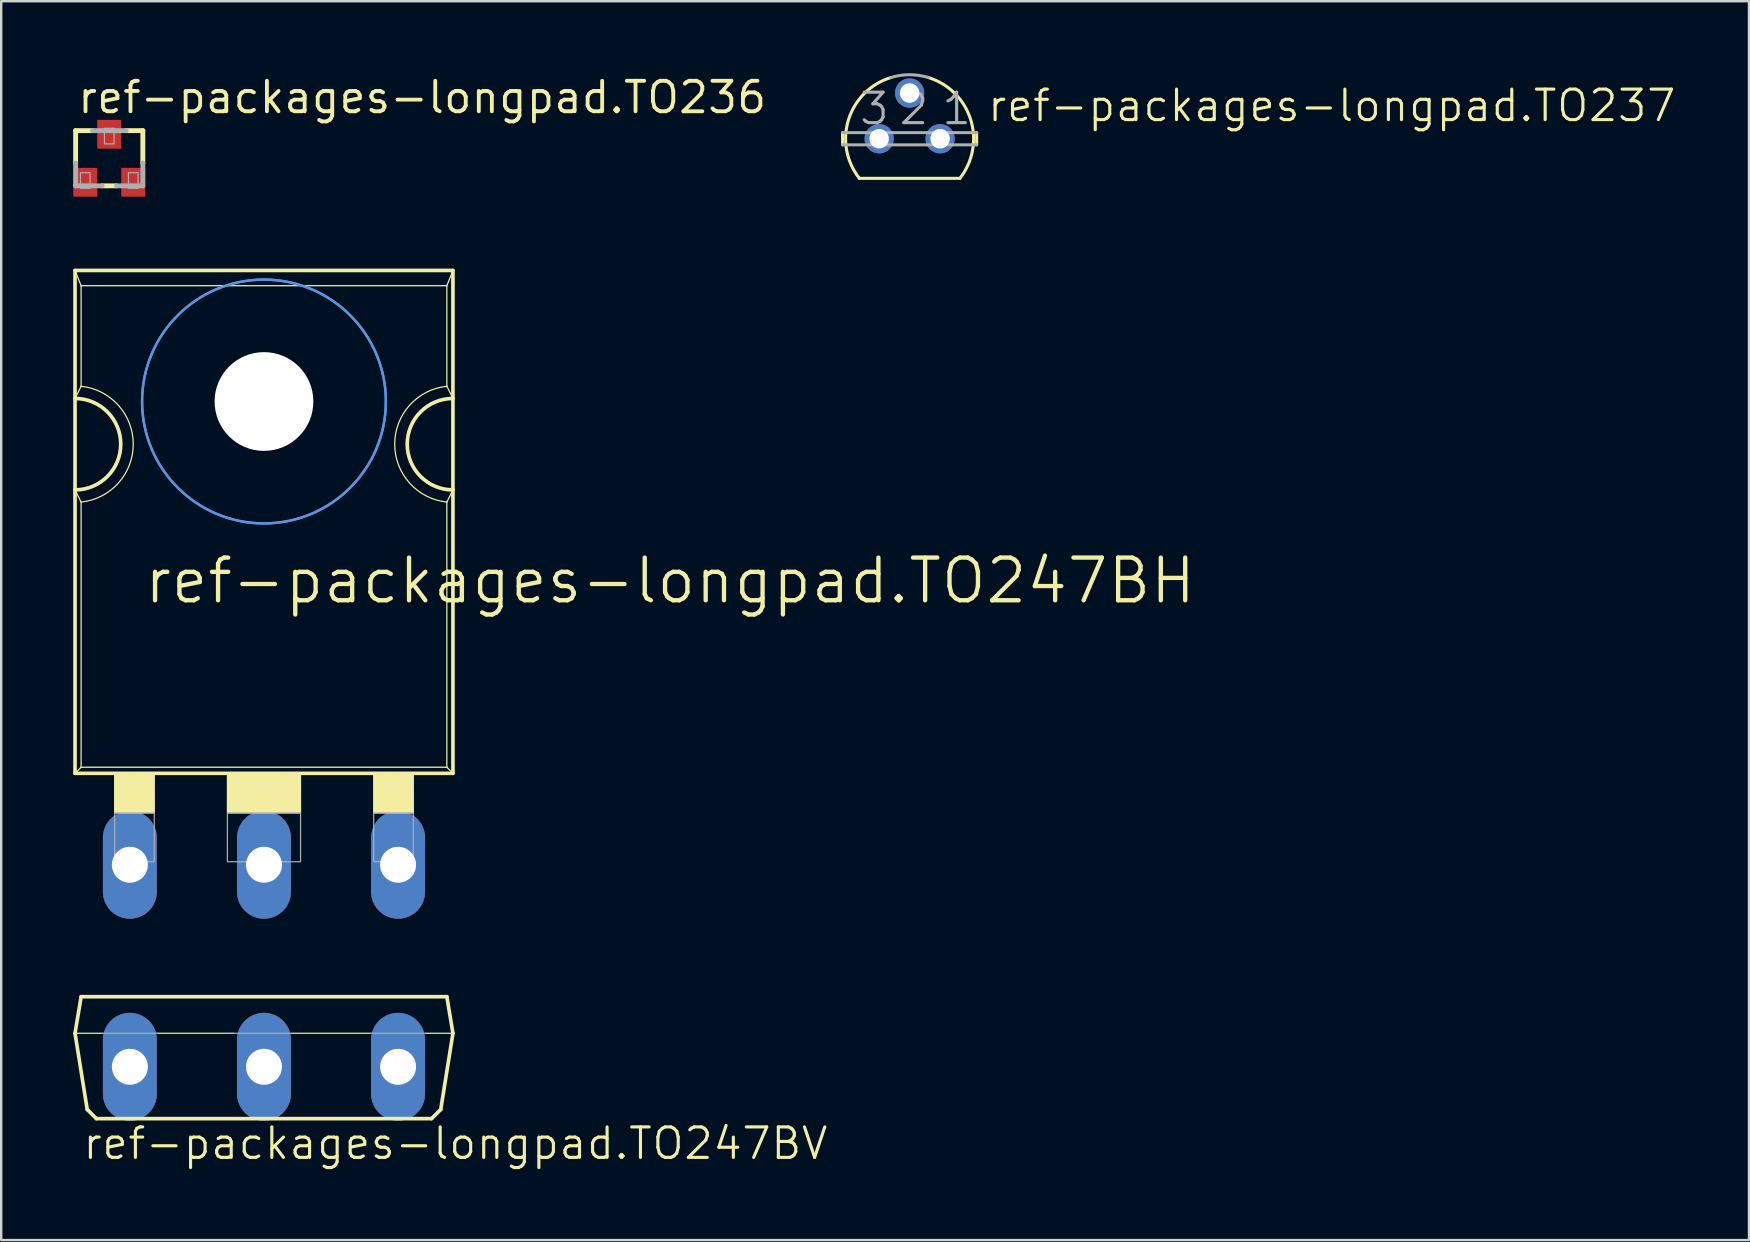
<source format=kicad_pcb>
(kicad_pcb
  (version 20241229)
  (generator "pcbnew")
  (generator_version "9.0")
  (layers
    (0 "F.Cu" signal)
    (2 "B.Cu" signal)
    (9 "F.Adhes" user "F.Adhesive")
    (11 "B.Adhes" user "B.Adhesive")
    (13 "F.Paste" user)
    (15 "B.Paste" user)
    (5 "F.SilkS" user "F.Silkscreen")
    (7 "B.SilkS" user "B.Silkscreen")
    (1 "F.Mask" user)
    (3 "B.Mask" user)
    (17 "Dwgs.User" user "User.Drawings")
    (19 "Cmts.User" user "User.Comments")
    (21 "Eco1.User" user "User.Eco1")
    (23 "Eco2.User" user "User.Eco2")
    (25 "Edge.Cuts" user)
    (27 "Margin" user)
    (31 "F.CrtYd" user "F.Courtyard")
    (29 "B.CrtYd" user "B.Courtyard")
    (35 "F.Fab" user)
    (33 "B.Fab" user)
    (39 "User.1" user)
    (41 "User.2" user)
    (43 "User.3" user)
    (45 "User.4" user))
  (footprint "ref-packages-longpad.TO237"
    (layer "F.Cu")
    (at 34.854 2.731)
    (property "Reference" "ref-packages-longpad.TO237" (at 3.175 -0.635 0) (layer "F.SilkS") (effects (font (size 1.27 1.27) (thickness 0.13)) (justify left bottom)))
    (attr through_hole)
    (fp_line (start -2.794 0.254) (end -2.794 -0.254) (stroke (width 0.127) (type default)) (layer "F.SilkS"))
    (fp_line (start -2.095 1.651) (end 2.095 1.651) (stroke (width 0.127) (type default)) (layer "F.SilkS"))
    (fp_line (start 2.794 -0.254) (end 2.794 0.254) (stroke (width 0.127) (type default)) (layer "F.SilkS"))
    (fp_arc (start -2.0946 1.651) (mid -2.54634 -0.793276) (end -0.7863 -2.5485) (stroke (width 0.127) (type default)) (layer "F.SilkS"))
    (fp_arc (start 0.7863 -2.5484) (mid 2.54627 -0.793201) (end 2.0945 1.651) (stroke (width 0.127) (type default)) (layer "F.SilkS"))
    (fp_line (start -2.794 -0.254) (end 2.794 -0.254) (stroke (width 0.127) (type default)) (layer "F.Fab"))
    (fp_line (start 2.794 0.254) (end -2.794 0.254) (stroke (width 0.127) (type default)) (layer "F.Fab"))
    (fp_arc (start -0.7863 -2.5485) (mid 0 -2.667043) (end 0.7863 -2.5485) (stroke (width 0.127) (type default)) (layer "F.Fab"))
    (fp_text user "2" (at -0.508 -0.508 0) (layer "F.Fab") (effects (font (size 1.27 1.27) (thickness 0.13)) (justify left bottom)))
    (fp_text user "3" (at -2.159 -0.508 0) (layer "F.Fab") (effects (font (size 1.27 1.27) (thickness 0.13)) (justify left bottom)))
    (fp_text user "1" (at 1.27 -0.508 0) (layer "F.Fab") (effects (font (size 1.27 1.27) (thickness 0.13)) (justify left bottom)))
    (pad "1" thru_hole circle (at 1.27 0) (size 1.219 1.219) (drill 0.813) (layers "*.Cu" "*.Mask"))
    (pad "2" thru_hole circle (at 0 -1.905) (size 1.219 1.219) (drill 0.813) (layers "*.Cu" "*.Mask"))
    (pad "3" thru_hole circle (at -1.27 0) (size 1.219 1.219) (drill 0.813) (layers "*.Cu" "*.Mask")))
  (footprint "ref-packages-longpad.TO247BH"
    (layer "F.Cu")
    (at 7.95 22.825)
    (property "Reference" "ref-packages-longpad.TO247BH" (at -5.08 -0.635 0) (layer "F.SilkS") (effects (font (size 1.778 1.778) (thickness 0.18)) (justify left bottom)))
    (attr through_hole)
    (fp_line (start -7.874 -9.271) (end -7.874 -14.605) (stroke (width 0.152) (type default)) (layer "F.SilkS"))
    (fp_line (start -7.874 -5.461) (end -7.874 -9.271) (stroke (width 0.152) (type default)) (layer "F.SilkS"))
    (fp_line (start -7.874 6.35) (end -7.874 -5.461) (stroke (width 0.152) (type default)) (layer "F.SilkS"))
    (fp_line (start -7.874 6.35) (end 7.874 6.35) (stroke (width 0.152) (type default)) (layer "F.SilkS"))
    (fp_line (start -7.62 -13.97) (end -7.874 -14.605) (stroke (width 0.051) (type default)) (layer "F.SilkS"))
    (fp_line (start -7.62 -9.779) (end -7.874 -9.271) (stroke (width 0.051) (type default)) (layer "F.SilkS"))
    (fp_line (start -7.62 -9.779) (end -7.62 -13.97) (stroke (width 0.051) (type default)) (layer "F.SilkS"))
    (fp_line (start -7.62 -4.953) (end -7.874 -5.461) (stroke (width 0.051) (type default)) (layer "F.SilkS"))
    (fp_line (start -7.62 6.096) (end -7.874 6.35) (stroke (width 0.051) (type default)) (layer "F.SilkS"))
    (fp_line (start -7.62 6.096) (end -7.62 -4.953) (stroke (width 0.051) (type default)) (layer "F.SilkS"))
    (fp_line (start -7.62 6.096) (end 7.62 6.096) (stroke (width 0.051) (type default)) (layer "F.SilkS"))
    (fp_line (start 7.62 -13.97) (end -7.62 -13.97) (stroke (width 0.051) (type default)) (layer "F.SilkS"))
    (fp_line (start 7.62 -9.779) (end 7.62 -13.97) (stroke (width 0.051) (type default)) (layer "F.SilkS"))
    (fp_line (start 7.62 6.096) (end 7.62 -4.953) (stroke (width 0.051) (type default)) (layer "F.SilkS"))
    (fp_line (start 7.874 -14.605) (end -7.874 -14.605) (stroke (width 0.152) (type default)) (layer "F.SilkS"))
    (fp_line (start 7.874 -14.605) (end 7.62 -13.97) (stroke (width 0.051) (type default)) (layer "F.SilkS"))
    (fp_line (start 7.874 -14.605) (end 7.874 -9.271) (stroke (width 0.152) (type default)) (layer "F.SilkS"))
    (fp_line (start 7.874 -9.271) (end 7.62 -9.779) (stroke (width 0.051) (type default)) (layer "F.SilkS"))
    (fp_line (start 7.874 -9.271) (end 7.874 -5.461) (stroke (width 0.152) (type default)) (layer "F.SilkS"))
    (fp_line (start 7.874 -5.461) (end 7.62 -4.953) (stroke (width 0.051) (type default)) (layer "F.SilkS"))
    (fp_line (start 7.874 -5.461) (end 7.874 6.35) (stroke (width 0.152) (type default)) (layer "F.SilkS"))
    (fp_line (start 7.874 6.35) (end 7.62 6.096) (stroke (width 0.051) (type default)) (layer "F.SilkS"))
    (fp_rect (start -6.223 8.001) (end -4.572 6.35) (stroke (width 0.05) (type default)) (fill yes) (layer "F.SilkS"))
    (fp_rect (start -1.524 8.001) (end 1.524 6.35) (stroke (width 0.05) (type default)) (fill yes) (layer "F.SilkS"))
    (fp_rect (start 4.572 8.001) (end 6.223 6.35) (stroke (width 0.05) (type default)) (fill yes) (layer "F.SilkS"))
    (fp_arc (start -7.874 -9.271) (mid -5.969 -7.366) (end -7.874 -5.461) (stroke (width 0.1524) (type default)) (layer "F.SilkS"))
    (fp_arc (start -7.62 -9.779) (mid -5.447668 -7.366) (end -7.62 -4.953) (stroke (width 0.0508) (type default)) (layer "F.SilkS"))
    (fp_arc (start 7.62 -4.953) (mid 5.447668 -7.366) (end 7.62 -9.779) (stroke (width 0.0508) (type default)) (layer "F.SilkS"))
    (fp_arc (start 7.874 -5.461) (mid 5.969 -7.366) (end 7.874 -9.271) (stroke (width 0.1524) (type default)) (layer "F.SilkS"))
    (fp_circle (center 0 -9.144) (end 1.905 -9.144) (stroke (width 0.152) (type default)) (fill no) (layer "F.SilkS"))
    (fp_circle (center 0 -9.144) (end 5.08 -9.144) (stroke (width 0.1) (type default)) (fill no) (layer "Cmts.User"))
    (fp_circle (center 0 -9.144) (end 5.08 -9.144) (stroke (width 0.1) (type default)) (fill no) (layer "Cmts.User"))
    (fp_rect (start -6.223 10.033) (end -4.572 8.001) (stroke (width 0.05) (type default)) (fill no) (layer "F.Fab"))
    (fp_rect (start -6.223 10.541) (end -4.953 10.033) (stroke (width 0.05) (type default)) (fill no) (layer "F.Fab"))
    (fp_rect (start -1.524 10.033) (end 1.524 8.001) (stroke (width 0.05) (type default)) (fill no) (layer "F.Fab"))
    (fp_rect (start -0.635 10.541) (end 0.635 10.033) (stroke (width 0.05) (type default)) (fill no) (layer "F.Fab"))
    (fp_rect (start 4.572 10.033) (end 6.223 8.001) (stroke (width 0.05) (type default)) (fill no) (layer "F.Fab"))
    (fp_rect (start 4.953 10.541) (end 6.223 10.033) (stroke (width 0.05) (type default)) (fill no) (layer "F.Fab"))
    (pad "" np_thru_hole circle (at 0 -9.144) (size 4.115 4.115) (drill 4.115) (layers "*.Cu" "*.Mask"))
    (pad "D" thru_hole oval (at 0 10.16 90) (size 4.496 2.248) (drill 1.499) (layers "*.Cu" "*.Mask"))
    (pad "G" thru_hole oval (at -5.588 10.16 90) (size 4.496 2.248) (drill 1.499) (layers "*.Cu" "*.Mask"))
    (pad "S" thru_hole oval (at 5.588 10.16 90) (size 4.496 2.248) (drill 1.499) (layers "*.Cu" "*.Mask")))
  (footprint "ref-packages-longpad.TO247BV"
    (layer "F.Cu")
    (at 7.95 38.483)
    (property "Reference" "ref-packages-longpad.TO247BV" (at -7.62 6.858 0) (layer "F.SilkS") (effects (font (size 1.27 1.27) (thickness 0.13)) (justify left bottom)))
    (attr through_hole)
    (fp_line (start -7.874 1.524) (end -6.731 1.524) (stroke (width 0.051) (type default)) (layer "F.SilkS"))
    (fp_line (start -7.62 0) (end -7.874 1.524) (stroke (width 0.152) (type default)) (layer "F.SilkS"))
    (fp_line (start -7.366 4.699) (end -7.874 1.524) (stroke (width 0.152) (type default)) (layer "F.SilkS"))
    (fp_line (start -6.985 5.08) (end -7.366 4.699) (stroke (width 0.152) (type default)) (layer "F.SilkS"))
    (fp_line (start -6.985 5.08) (end 6.985 5.08) (stroke (width 0.152) (type default)) (layer "F.SilkS"))
    (fp_line (start -4.445 1.524) (end -1.27 1.524) (stroke (width 0.051) (type default)) (layer "F.SilkS"))
    (fp_line (start 1.143 1.524) (end 4.445 1.524) (stroke (width 0.051) (type default)) (layer "F.SilkS"))
    (fp_line (start 6.731 1.524) (end 7.874 1.524) (stroke (width 0.051) (type default)) (layer "F.SilkS"))
    (fp_line (start 6.985 5.08) (end 7.366 4.699) (stroke (width 0.152) (type default)) (layer "F.SilkS"))
    (fp_line (start 7.366 4.699) (end 7.874 1.524) (stroke (width 0.152) (type default)) (layer "F.SilkS"))
    (fp_line (start 7.62 0) (end -7.62 0) (stroke (width 0.152) (type default)) (layer "F.SilkS"))
    (fp_line (start 7.874 1.524) (end 7.62 0) (stroke (width 0.152) (type default)) (layer "F.SilkS"))
    (fp_line (start -6.731 1.524) (end -4.445 1.524) (stroke (width 0.051) (type default)) (layer "F.Fab"))
    (fp_line (start -1.27 1.524) (end 1.143 1.524) (stroke (width 0.051) (type default)) (layer "F.Fab"))
    (fp_line (start 4.445 1.524) (end 6.731 1.524) (stroke (width 0.051) (type default)) (layer "F.Fab"))
    (pad "D" thru_hole oval (at 0 2.921 90) (size 4.496 2.248) (drill 1.499) (layers "*.Cu" "*.Mask"))
    (pad "G" thru_hole oval (at -5.588 2.921 90) (size 4.496 2.248) (drill 1.499) (layers "*.Cu" "*.Mask"))
    (pad "S" thru_hole oval (at 5.588 2.921 90) (size 4.496 2.248) (drill 1.499) (layers "*.Cu" "*.Mask")))
  (footprint "ref-packages-longpad.TO236"
    (layer "F.Cu")
    (at 1.502 3.544)
    (property "Reference" "ref-packages-longpad.TO236" (at -1.397 -1.794 0) (layer "F.SilkS") (effects (font (size 1.27 1.27) (thickness 0.16)) (justify left bottom)))
    (attr smd)
    (fp_line (start -1.4 -1.15) (end -1.4 0.2) (stroke (width 0.203) (type default)) (layer "F.SilkS"))
    (fp_line (start -1.4 -1.15) (end -0.7 -1.15) (stroke (width 0.203) (type default)) (layer "F.SilkS"))
    (fp_line (start -0.3 1.15) (end 0.3 1.15) (stroke (width 0.203) (type default)) (layer "F.SilkS"))
    (fp_line (start 1.4 -1.15) (end 0.7 -1.15) (stroke (width 0.203) (type default)) (layer "F.SilkS"))
    (fp_line (start 1.4 0.2) (end 1.4 -1.15) (stroke (width 0.203) (type default)) (layer "F.SilkS"))
    (fp_line (start -1.4 0.2) (end -1.4 1.15) (stroke (width 0.203) (type default)) (layer "F.Fab"))
    (fp_line (start -1.4 1.15) (end -0.3 1.15) (stroke (width 0.203) (type default)) (layer "F.Fab"))
    (fp_line (start -0.7 -1.15) (end 0.7 -1.15) (stroke (width 0.203) (type default)) (layer "F.Fab"))
    (fp_line (start 0.3 1.15) (end 1.4 1.15) (stroke (width 0.203) (type default)) (layer "F.Fab"))
    (fp_line (start 1.4 1.15) (end 1.4 0.2) (stroke (width 0.203) (type default)) (layer "F.Fab"))
    (fp_rect (start -1.2 1.25) (end -0.8 0.6) (stroke (width 0.05) (type default)) (fill no) (layer "F.Fab"))
    (fp_rect (start -0.2 -0.6) (end 0.2 -1.25) (stroke (width 0.05) (type default)) (fill no) (layer "F.Fab"))
    (fp_rect (start 0.8 1.25) (end 1.2 0.6) (stroke (width 0.05) (type default)) (fill no) (layer "F.Fab"))
    (pad "A" smd roundrect (at -1 1) (size 1 1.2) (layers "F.Cu" "F.Mask" "F.Paste") (roundrect_rratio 0.01))
    (pad "C" smd roundrect (at 0 -1) (size 1 1.2) (layers "F.Cu" "F.Mask" "F.Paste") (roundrect_rratio 0.01))
    (pad "NC" smd roundrect (at 1 1) (size 1 1.2) (layers "F.Cu" "F.Mask" "F.Paste") (roundrect_rratio 0.01)))
  (gr_rect
    (start -3 -3)
    (end 69.831 48.623)
    (stroke (width 0.1) (type default))
    (fill no)
    (layer "Edge.Cuts")))
</source>
